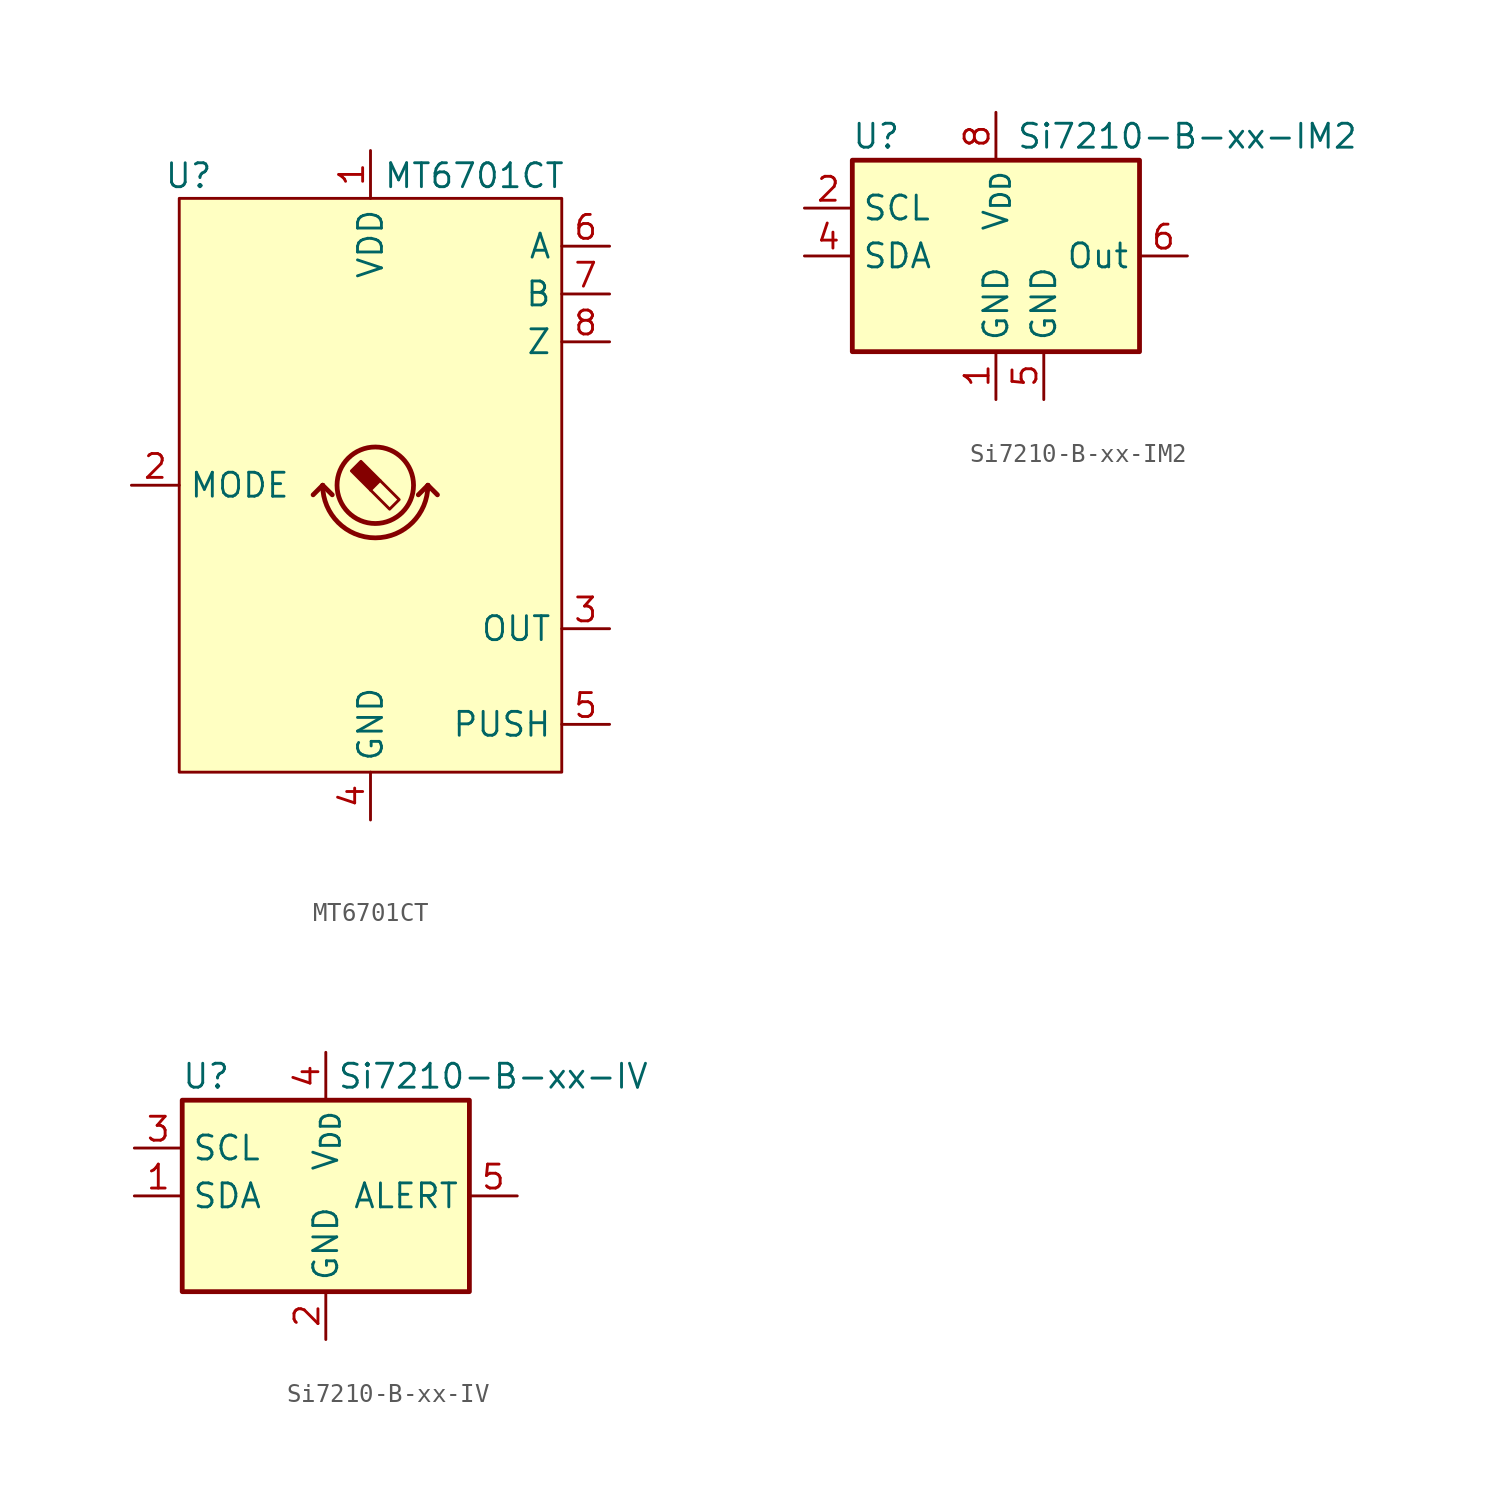
<source format=kicad_sym>
(kicad_symbol_lib
  (version 20241209)
  (generator "kicad_symbol_editor")
  (generator_version "9.0")
  (symbol "MT6701CT"
    (property "Reference" "U"
      (at -9.663 16.44 0)
      (effects (font (size 1.27 1.27))))
    (property "Value" "MT6701CT"
      (at 5.516 16.44 0)
      (effects (font (size 1.27 1.27))))
    (symbol "MT6701CT_0_1"
      (polyline (pts (xy -2.54 0) (xy -3.048 -0.508)) (stroke (width 0.254) (type default)) (fill (type none)))
      (polyline (pts (xy -2.54 0) (xy -2.032 -0.508)) (stroke (width 0.254) (type default)) (fill (type none)))
      (arc (start 3.048 0) (mid 0.254 -2.7819) (end -2.54 0) (stroke (width 0.254) (type default)) (fill (type none)))
      (polyline (pts (xy 3.048 0) (xy 2.54 -0.508)) (stroke (width 0.254) (type default)) (fill (type none)))
      (polyline (pts (xy 3.048 0) (xy 3.556 -0.508)) (stroke (width 0.254) (type default)) (fill (type none))))
    (symbol "MT6701CT_1_1"
      (rectangle (start -10.16 15.24) (end 10.16 -15.24) (stroke (width 0) (type default)) (fill (type background)))
      (polyline (pts (xy -0.508 1.27) (xy 0.508 0.254) (xy 0 -0.254) (xy -1.016 0.762) (xy -0.762 1.016) (xy -0.508 1.27) (xy -0.381 1.143)) (stroke (width 0) (type default)) (fill (type outline)))
      (circle (center 0.254 0) (radius 2.032) (stroke (width 0.254) (type default)) (fill (type none)))
      (polyline (pts (xy 0.508 0.254) (xy 1.524 -0.762) (xy 1.016 -1.27) (xy 0 -0.254)) (stroke (width 0) (type default)) (fill (type none)))
      (pin input line (at -12.7 0 0) (length 2.54) (name "MODE" (effects (font (size 1.27 1.27)))) (number "2" (effects (font (size 1.27 1.27)))))
      (pin power_in line (at 0 17.78 270) (length 2.54) (name "VDD" (effects (font (size 1.27 1.27)))) (number "1" (effects (font (size 1.27 1.27)))))
      (pin power_in line (at 0 -17.78 90) (length 2.54) (name "GND" (effects (font (size 1.27 1.27)))) (number "4" (effects (font (size 1.27 1.27)))))
      (pin output line (at 12.7 12.7 180) (length 2.54) (name "A" (effects (font (size 1.27 1.27)))) (number "6" (effects (font (size 1.27 1.27)))) (alternate "DO" output line) (alternate "SDA" bidirectional line))
      (pin output line (at 12.7 10.16 180) (length 2.54) (name "B" (effects (font (size 1.27 1.27)))) (number "7" (effects (font (size 1.27 1.27)))) (alternate "CLK" input line) (alternate "SCL" input line))
      (pin output line (at 12.7 7.62 180) (length 2.54) (name "Z" (effects (font (size 1.27 1.27)))) (number "8" (effects (font (size 1.27 1.27)))) (alternate "~{CS}" input line))
      (pin output line (at 12.7 -7.62 180) (length 2.54) (name "OUT" (effects (font (size 1.27 1.27)))) (number "3" (effects (font (size 1.27 1.27)))))
      (pin output line (at 12.7 -12.7 180) (length 2.54) (name "PUSH" (effects (font (size 1.27 1.27)))) (number "5" (effects (font (size 1.27 1.27)))))))
  (symbol "Si7210-B-xx-IM2"
    (property "Reference" "U"
      (at -6.35 6.35 0)
      (effects (font (size 1.27 1.27))))
    (property "Value" "Si7210-B-xx-IM2"
      (at 10.16 6.35 0)
      (effects (font (size 1.27 1.27))))
    (symbol "Si7210-B-xx-IM2_0_1"
      (rectangle (start -7.62 5.08) (end 7.62 -5.08) (stroke (width 0.254) (type default)) (fill (type background))))
    (symbol "Si7210-B-xx-IM2_1_1"
      (pin input line (at -10.16 2.54 0) (length 2.54) (name "SCL" (effects (font (size 1.27 1.27)))) (number "2" (effects (font (size 1.27 1.27)))))
      (pin bidirectional line (at -10.16 0 0) (length 2.54) (name "SDA" (effects (font (size 1.27 1.27)))) (number "4" (effects (font (size 1.27 1.27)))))
      (pin power_in line (at 0 7.62 270) (length 2.54) (name "V_{DD}" (effects (font (size 1.27 1.27)))) (number "8" (effects (font (size 1.27 1.27)))))
      (pin power_in line (at 0 -7.62 90) (length 2.54) (name "GND" (effects (font (size 1.27 1.27)))) (number "1" (effects (font (size 1.27 1.27)))))
      (pin power_in line (at 2.54 -7.62 90) (length 2.54) (name "GND" (effects (font (size 1.27 1.27)))) (number "5" (effects (font (size 1.27 1.27)))))
      (pin bidirectional line (at 10.16 0 180) (length 2.54) (name "Out" (effects (font (size 1.27 1.27)))) (number "6" (effects (font (size 1.27 1.27)))))))
  (symbol "Si7210-B-xx-IV"
    (property "Reference" "U"
      (at -6.35 6.35 0)
      (effects (font (size 1.27 1.27))))
    (property "Value" "Si7210-B-xx-IV"
      (at 8.89 6.35 0)
      (effects (font (size 1.27 1.27))))
    (symbol "Si7210-B-xx-IV_0_1"
      (rectangle (start -7.62 5.08) (end 7.62 -5.08) (stroke (width 0.254) (type default)) (fill (type background))))
    (symbol "Si7210-B-xx-IV_1_1"
      (pin input line (at -10.16 2.54 0) (length 2.54) (name "SCL" (effects (font (size 1.27 1.27)))) (number "3" (effects (font (size 1.27 1.27)))))
      (pin bidirectional line (at -10.16 0 0) (length 2.54) (name "SDA" (effects (font (size 1.27 1.27)))) (number "1" (effects (font (size 1.27 1.27)))))
      (pin power_in line (at 0 7.62 270) (length 2.54) (name "V_{DD}" (effects (font (size 1.27 1.27)))) (number "4" (effects (font (size 1.27 1.27)))))
      (pin power_in line (at 0 -7.62 90) (length 2.54) (name "GND" (effects (font (size 1.27 1.27)))) (number "2" (effects (font (size 1.27 1.27)))))
      (pin output line (at 10.16 0 180) (length 2.54) (name "ALERT" (effects (font (size 1.27 1.27)))) (number "5" (effects (font (size 1.27 1.27))))))))
</source>
